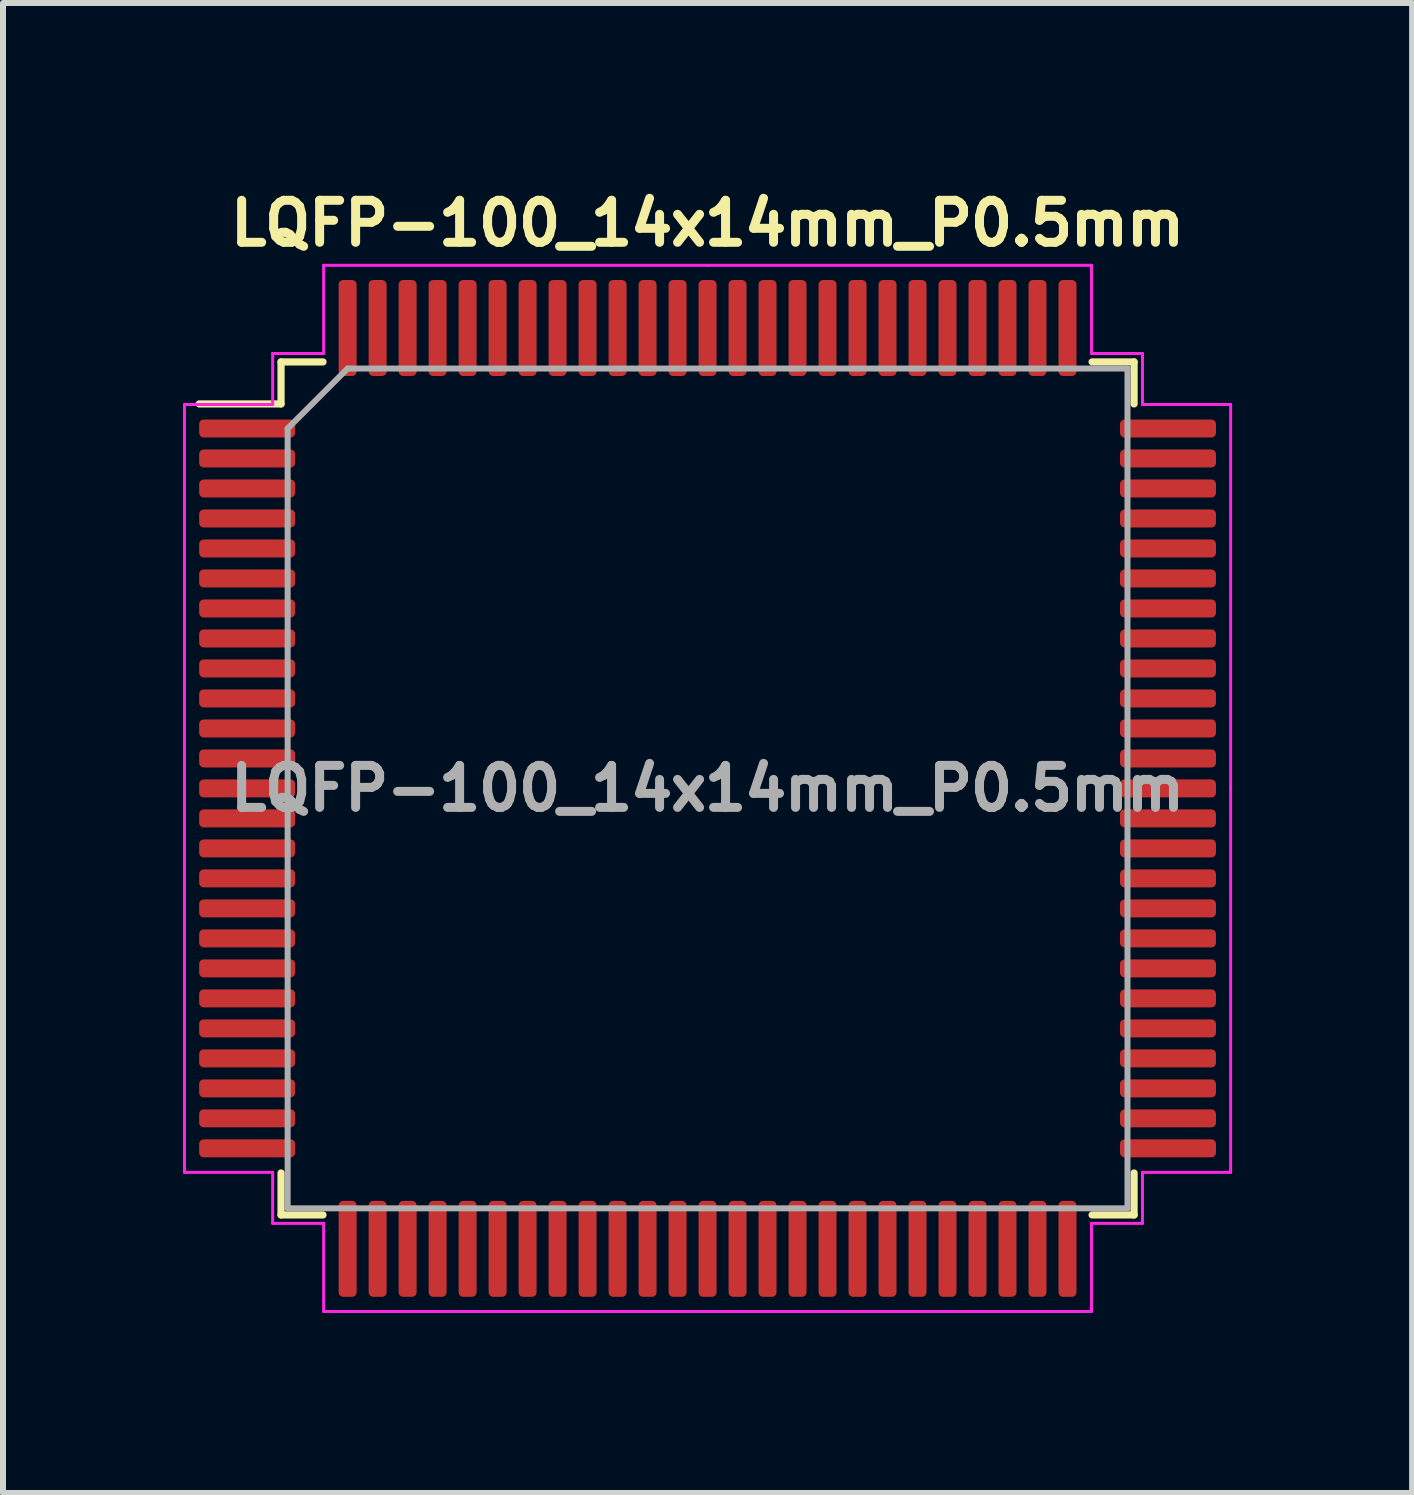
<source format=kicad_pcb>
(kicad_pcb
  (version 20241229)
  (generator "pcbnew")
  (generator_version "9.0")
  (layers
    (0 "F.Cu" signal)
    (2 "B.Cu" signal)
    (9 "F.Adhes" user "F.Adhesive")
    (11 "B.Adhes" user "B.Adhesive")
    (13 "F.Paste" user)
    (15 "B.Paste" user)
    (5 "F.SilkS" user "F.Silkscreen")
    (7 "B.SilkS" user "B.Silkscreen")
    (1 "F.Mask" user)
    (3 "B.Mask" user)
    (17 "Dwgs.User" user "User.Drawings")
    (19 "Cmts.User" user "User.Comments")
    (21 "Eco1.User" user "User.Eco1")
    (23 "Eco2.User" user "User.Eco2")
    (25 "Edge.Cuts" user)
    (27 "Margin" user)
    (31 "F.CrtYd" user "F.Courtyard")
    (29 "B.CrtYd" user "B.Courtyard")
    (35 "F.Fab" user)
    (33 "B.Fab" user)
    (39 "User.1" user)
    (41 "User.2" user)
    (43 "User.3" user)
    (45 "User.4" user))
  (footprint "LQFP-100_14x14mm_P0.5mm"
    (layer "F.Cu")
    (at 8.745 10.093)
    (property "Reference" "LQFP-100_14x14mm_P0.5mm" (at 0 -9.42 0) (layer "F.SilkS") (effects (font (size 0.7 0.7) (thickness 0.15))))
    (attr smd)
    (fp_line (start -7.11 -7.11) (end -7.11 -6.41) (stroke (width 0.12) (type solid)) (layer "F.SilkS"))
    (fp_line (start -7.11 -6.41) (end -8.475 -6.41) (stroke (width 0.12) (type solid)) (layer "F.SilkS"))
    (fp_line (start -7.11 7.11) (end -7.11 6.41) (stroke (width 0.12) (type solid)) (layer "F.SilkS"))
    (fp_line (start -6.41 -7.11) (end -7.11 -7.11) (stroke (width 0.12) (type solid)) (layer "F.SilkS"))
    (fp_line (start -6.41 7.11) (end -7.11 7.11) (stroke (width 0.12) (type solid)) (layer "F.SilkS"))
    (fp_line (start 6.41 -7.11) (end 7.11 -7.11) (stroke (width 0.12) (type solid)) (layer "F.SilkS"))
    (fp_line (start 6.41 7.11) (end 7.11 7.11) (stroke (width 0.12) (type solid)) (layer "F.SilkS"))
    (fp_line (start 7.11 -7.11) (end 7.11 -6.41) (stroke (width 0.12) (type solid)) (layer "F.SilkS"))
    (fp_line (start 7.11 7.11) (end 7.11 6.41) (stroke (width 0.12) (type solid)) (layer "F.SilkS"))
    (fp_line (start -8.72 -6.4) (end -8.72 0) (stroke (width 0.05) (type solid)) (layer "F.CrtYd"))
    (fp_line (start -8.72 6.4) (end -8.72 0) (stroke (width 0.05) (type solid)) (layer "F.CrtYd"))
    (fp_line (start -7.25 -7.25) (end -7.25 -6.4) (stroke (width 0.05) (type solid)) (layer "F.CrtYd"))
    (fp_line (start -7.25 -6.4) (end -8.72 -6.4) (stroke (width 0.05) (type solid)) (layer "F.CrtYd"))
    (fp_line (start -7.25 6.4) (end -8.72 6.4) (stroke (width 0.05) (type solid)) (layer "F.CrtYd"))
    (fp_line (start -7.25 7.25) (end -7.25 6.4) (stroke (width 0.05) (type solid)) (layer "F.CrtYd"))
    (fp_line (start -6.4 -8.72) (end -6.4 -7.25) (stroke (width 0.05) (type solid)) (layer "F.CrtYd"))
    (fp_line (start -6.4 -7.25) (end -7.25 -7.25) (stroke (width 0.05) (type solid)) (layer "F.CrtYd"))
    (fp_line (start -6.4 7.25) (end -7.25 7.25) (stroke (width 0.05) (type solid)) (layer "F.CrtYd"))
    (fp_line (start -6.4 8.72) (end -6.4 7.25) (stroke (width 0.05) (type solid)) (layer "F.CrtYd"))
    (fp_line (start 0 -8.72) (end -6.4 -8.72) (stroke (width 0.05) (type solid)) (layer "F.CrtYd"))
    (fp_line (start 0 -8.72) (end 6.4 -8.72) (stroke (width 0.05) (type solid)) (layer "F.CrtYd"))
    (fp_line (start 0 8.72) (end -6.4 8.72) (stroke (width 0.05) (type solid)) (layer "F.CrtYd"))
    (fp_line (start 0 8.72) (end 6.4 8.72) (stroke (width 0.05) (type solid)) (layer "F.CrtYd"))
    (fp_line (start 6.4 -8.72) (end 6.4 -7.25) (stroke (width 0.05) (type solid)) (layer "F.CrtYd"))
    (fp_line (start 6.4 -7.25) (end 7.25 -7.25) (stroke (width 0.05) (type solid)) (layer "F.CrtYd"))
    (fp_line (start 6.4 7.25) (end 7.25 7.25) (stroke (width 0.05) (type solid)) (layer "F.CrtYd"))
    (fp_line (start 6.4 8.72) (end 6.4 7.25) (stroke (width 0.05) (type solid)) (layer "F.CrtYd"))
    (fp_line (start 7.25 -7.25) (end 7.25 -6.4) (stroke (width 0.05) (type solid)) (layer "F.CrtYd"))
    (fp_line (start 7.25 -6.4) (end 8.72 -6.4) (stroke (width 0.05) (type solid)) (layer "F.CrtYd"))
    (fp_line (start 7.25 6.4) (end 8.72 6.4) (stroke (width 0.05) (type solid)) (layer "F.CrtYd"))
    (fp_line (start 7.25 7.25) (end 7.25 6.4) (stroke (width 0.05) (type solid)) (layer "F.CrtYd"))
    (fp_line (start 8.72 -6.4) (end 8.72 0) (stroke (width 0.05) (type solid)) (layer "F.CrtYd"))
    (fp_line (start 8.72 6.4) (end 8.72 0) (stroke (width 0.05) (type solid)) (layer "F.CrtYd"))
    (fp_line (start -7 -6) (end -6 -7) (stroke (width 0.1) (type solid)) (layer "F.Fab"))
    (fp_line (start -7 7) (end -7 -6) (stroke (width 0.1) (type solid)) (layer "F.Fab"))
    (fp_line (start -6 -7) (end 7 -7) (stroke (width 0.1) (type solid)) (layer "F.Fab"))
    (fp_line (start 7 -7) (end 7 7) (stroke (width 0.1) (type solid)) (layer "F.Fab"))
    (fp_line (start 7 7) (end -7 7) (stroke (width 0.1) (type solid)) (layer "F.Fab"))
    (fp_text user "${REFERENCE}" (at 0 0 0) (layer "F.Fab") (effects (font (size 0.7 0.7) (thickness 0.15))))
    (pad "1" smd roundrect (at -7.675 -6) (size 1.6 0.3) (layers "F.Cu" "F.Mask" "F.Paste") (roundrect_rratio 0.25))
    (pad "2" smd roundrect (at -7.675 -5.5) (size 1.6 0.3) (layers "F.Cu" "F.Mask" "F.Paste") (roundrect_rratio 0.25))
    (pad "3" smd roundrect (at -7.675 -5) (size 1.6 0.3) (layers "F.Cu" "F.Mask" "F.Paste") (roundrect_rratio 0.25))
    (pad "4" smd roundrect (at -7.675 -4.5) (size 1.6 0.3) (layers "F.Cu" "F.Mask" "F.Paste") (roundrect_rratio 0.25))
    (pad "5" smd roundrect (at -7.675 -4) (size 1.6 0.3) (layers "F.Cu" "F.Mask" "F.Paste") (roundrect_rratio 0.25))
    (pad "6" smd roundrect (at -7.675 -3.5) (size 1.6 0.3) (layers "F.Cu" "F.Mask" "F.Paste") (roundrect_rratio 0.25))
    (pad "7" smd roundrect (at -7.675 -3) (size 1.6 0.3) (layers "F.Cu" "F.Mask" "F.Paste") (roundrect_rratio 0.25))
    (pad "8" smd roundrect (at -7.675 -2.5) (size 1.6 0.3) (layers "F.Cu" "F.Mask" "F.Paste") (roundrect_rratio 0.25))
    (pad "9" smd roundrect (at -7.675 -2) (size 1.6 0.3) (layers "F.Cu" "F.Mask" "F.Paste") (roundrect_rratio 0.25))
    (pad "10" smd roundrect (at -7.675 -1.5) (size 1.6 0.3) (layers "F.Cu" "F.Mask" "F.Paste") (roundrect_rratio 0.25))
    (pad "11" smd roundrect (at -7.675 -1) (size 1.6 0.3) (layers "F.Cu" "F.Mask" "F.Paste") (roundrect_rratio 0.25))
    (pad "12" smd roundrect (at -7.675 -0.5) (size 1.6 0.3) (layers "F.Cu" "F.Mask" "F.Paste") (roundrect_rratio 0.25))
    (pad "13" smd roundrect (at -7.675 0) (size 1.6 0.3) (layers "F.Cu" "F.Mask" "F.Paste") (roundrect_rratio 0.25))
    (pad "14" smd roundrect (at -7.675 0.5) (size 1.6 0.3) (layers "F.Cu" "F.Mask" "F.Paste") (roundrect_rratio 0.25))
    (pad "15" smd roundrect (at -7.675 1) (size 1.6 0.3) (layers "F.Cu" "F.Mask" "F.Paste") (roundrect_rratio 0.25))
    (pad "16" smd roundrect (at -7.675 1.5) (size 1.6 0.3) (layers "F.Cu" "F.Mask" "F.Paste") (roundrect_rratio 0.25))
    (pad "17" smd roundrect (at -7.675 2) (size 1.6 0.3) (layers "F.Cu" "F.Mask" "F.Paste") (roundrect_rratio 0.25))
    (pad "18" smd roundrect (at -7.675 2.5) (size 1.6 0.3) (layers "F.Cu" "F.Mask" "F.Paste") (roundrect_rratio 0.25))
    (pad "19" smd roundrect (at -7.675 3) (size 1.6 0.3) (layers "F.Cu" "F.Mask" "F.Paste") (roundrect_rratio 0.25))
    (pad "20" smd roundrect (at -7.675 3.5) (size 1.6 0.3) (layers "F.Cu" "F.Mask" "F.Paste") (roundrect_rratio 0.25))
    (pad "21" smd roundrect (at -7.675 4) (size 1.6 0.3) (layers "F.Cu" "F.Mask" "F.Paste") (roundrect_rratio 0.25))
    (pad "22" smd roundrect (at -7.675 4.5) (size 1.6 0.3) (layers "F.Cu" "F.Mask" "F.Paste") (roundrect_rratio 0.25))
    (pad "23" smd roundrect (at -7.675 5) (size 1.6 0.3) (layers "F.Cu" "F.Mask" "F.Paste") (roundrect_rratio 0.25))
    (pad "24" smd roundrect (at -7.675 5.5) (size 1.6 0.3) (layers "F.Cu" "F.Mask" "F.Paste") (roundrect_rratio 0.25))
    (pad "25" smd roundrect (at -7.675 6) (size 1.6 0.3) (layers "F.Cu" "F.Mask" "F.Paste") (roundrect_rratio 0.25))
    (pad "26" smd roundrect (at -6 7.675) (size 0.3 1.6) (layers "F.Cu" "F.Mask" "F.Paste") (roundrect_rratio 0.25))
    (pad "27" smd roundrect (at -5.5 7.675) (size 0.3 1.6) (layers "F.Cu" "F.Mask" "F.Paste") (roundrect_rratio 0.25))
    (pad "28" smd roundrect (at -5 7.675) (size 0.3 1.6) (layers "F.Cu" "F.Mask" "F.Paste") (roundrect_rratio 0.25))
    (pad "29" smd roundrect (at -4.5 7.675) (size 0.3 1.6) (layers "F.Cu" "F.Mask" "F.Paste") (roundrect_rratio 0.25))
    (pad "30" smd roundrect (at -4 7.675) (size 0.3 1.6) (layers "F.Cu" "F.Mask" "F.Paste") (roundrect_rratio 0.25))
    (pad "31" smd roundrect (at -3.5 7.675) (size 0.3 1.6) (layers "F.Cu" "F.Mask" "F.Paste") (roundrect_rratio 0.25))
    (pad "32" smd roundrect (at -3 7.675) (size 0.3 1.6) (layers "F.Cu" "F.Mask" "F.Paste") (roundrect_rratio 0.25))
    (pad "33" smd roundrect (at -2.5 7.675) (size 0.3 1.6) (layers "F.Cu" "F.Mask" "F.Paste") (roundrect_rratio 0.25))
    (pad "34" smd roundrect (at -2 7.675) (size 0.3 1.6) (layers "F.Cu" "F.Mask" "F.Paste") (roundrect_rratio 0.25))
    (pad "35" smd roundrect (at -1.5 7.675) (size 0.3 1.6) (layers "F.Cu" "F.Mask" "F.Paste") (roundrect_rratio 0.25))
    (pad "36" smd roundrect (at -1 7.675) (size 0.3 1.6) (layers "F.Cu" "F.Mask" "F.Paste") (roundrect_rratio 0.25))
    (pad "37" smd roundrect (at -0.5 7.675) (size 0.3 1.6) (layers "F.Cu" "F.Mask" "F.Paste") (roundrect_rratio 0.25))
    (pad "38" smd roundrect (at 0 7.675) (size 0.3 1.6) (layers "F.Cu" "F.Mask" "F.Paste") (roundrect_rratio 0.25))
    (pad "39" smd roundrect (at 0.5 7.675) (size 0.3 1.6) (layers "F.Cu" "F.Mask" "F.Paste") (roundrect_rratio 0.25))
    (pad "40" smd roundrect (at 1 7.675) (size 0.3 1.6) (layers "F.Cu" "F.Mask" "F.Paste") (roundrect_rratio 0.25))
    (pad "41" smd roundrect (at 1.5 7.675) (size 0.3 1.6) (layers "F.Cu" "F.Mask" "F.Paste") (roundrect_rratio 0.25))
    (pad "42" smd roundrect (at 2 7.675) (size 0.3 1.6) (layers "F.Cu" "F.Mask" "F.Paste") (roundrect_rratio 0.25))
    (pad "43" smd roundrect (at 2.5 7.675) (size 0.3 1.6) (layers "F.Cu" "F.Mask" "F.Paste") (roundrect_rratio 0.25))
    (pad "44" smd roundrect (at 3 7.675) (size 0.3 1.6) (layers "F.Cu" "F.Mask" "F.Paste") (roundrect_rratio 0.25))
    (pad "45" smd roundrect (at 3.5 7.675) (size 0.3 1.6) (layers "F.Cu" "F.Mask" "F.Paste") (roundrect_rratio 0.25))
    (pad "46" smd roundrect (at 4 7.675) (size 0.3 1.6) (layers "F.Cu" "F.Mask" "F.Paste") (roundrect_rratio 0.25))
    (pad "47" smd roundrect (at 4.5 7.675) (size 0.3 1.6) (layers "F.Cu" "F.Mask" "F.Paste") (roundrect_rratio 0.25))
    (pad "48" smd roundrect (at 5 7.675) (size 0.3 1.6) (layers "F.Cu" "F.Mask" "F.Paste") (roundrect_rratio 0.25))
    (pad "49" smd roundrect (at 5.5 7.675) (size 0.3 1.6) (layers "F.Cu" "F.Mask" "F.Paste") (roundrect_rratio 0.25))
    (pad "50" smd roundrect (at 6 7.675) (size 0.3 1.6) (layers "F.Cu" "F.Mask" "F.Paste") (roundrect_rratio 0.25))
    (pad "51" smd roundrect (at 7.675 6) (size 1.6 0.3) (layers "F.Cu" "F.Mask" "F.Paste") (roundrect_rratio 0.25))
    (pad "52" smd roundrect (at 7.675 5.5) (size 1.6 0.3) (layers "F.Cu" "F.Mask" "F.Paste") (roundrect_rratio 0.25))
    (pad "53" smd roundrect (at 7.675 5) (size 1.6 0.3) (layers "F.Cu" "F.Mask" "F.Paste") (roundrect_rratio 0.25))
    (pad "54" smd roundrect (at 7.675 4.5) (size 1.6 0.3) (layers "F.Cu" "F.Mask" "F.Paste") (roundrect_rratio 0.25))
    (pad "55" smd roundrect (at 7.675 4) (size 1.6 0.3) (layers "F.Cu" "F.Mask" "F.Paste") (roundrect_rratio 0.25))
    (pad "56" smd roundrect (at 7.675 3.5) (size 1.6 0.3) (layers "F.Cu" "F.Mask" "F.Paste") (roundrect_rratio 0.25))
    (pad "57" smd roundrect (at 7.675 3) (size 1.6 0.3) (layers "F.Cu" "F.Mask" "F.Paste") (roundrect_rratio 0.25))
    (pad "58" smd roundrect (at 7.675 2.5) (size 1.6 0.3) (layers "F.Cu" "F.Mask" "F.Paste") (roundrect_rratio 0.25))
    (pad "59" smd roundrect (at 7.675 2) (size 1.6 0.3) (layers "F.Cu" "F.Mask" "F.Paste") (roundrect_rratio 0.25))
    (pad "60" smd roundrect (at 7.675 1.5) (size 1.6 0.3) (layers "F.Cu" "F.Mask" "F.Paste") (roundrect_rratio 0.25))
    (pad "61" smd roundrect (at 7.675 1) (size 1.6 0.3) (layers "F.Cu" "F.Mask" "F.Paste") (roundrect_rratio 0.25))
    (pad "62" smd roundrect (at 7.675 0.5) (size 1.6 0.3) (layers "F.Cu" "F.Mask" "F.Paste") (roundrect_rratio 0.25))
    (pad "63" smd roundrect (at 7.675 0) (size 1.6 0.3) (layers "F.Cu" "F.Mask" "F.Paste") (roundrect_rratio 0.25))
    (pad "64" smd roundrect (at 7.675 -0.5) (size 1.6 0.3) (layers "F.Cu" "F.Mask" "F.Paste") (roundrect_rratio 0.25))
    (pad "65" smd roundrect (at 7.675 -1) (size 1.6 0.3) (layers "F.Cu" "F.Mask" "F.Paste") (roundrect_rratio 0.25))
    (pad "66" smd roundrect (at 7.675 -1.5) (size 1.6 0.3) (layers "F.Cu" "F.Mask" "F.Paste") (roundrect_rratio 0.25))
    (pad "67" smd roundrect (at 7.675 -2) (size 1.6 0.3) (layers "F.Cu" "F.Mask" "F.Paste") (roundrect_rratio 0.25))
    (pad "68" smd roundrect (at 7.675 -2.5) (size 1.6 0.3) (layers "F.Cu" "F.Mask" "F.Paste") (roundrect_rratio 0.25))
    (pad "69" smd roundrect (at 7.675 -3) (size 1.6 0.3) (layers "F.Cu" "F.Mask" "F.Paste") (roundrect_rratio 0.25))
    (pad "70" smd roundrect (at 7.675 -3.5) (size 1.6 0.3) (layers "F.Cu" "F.Mask" "F.Paste") (roundrect_rratio 0.25))
    (pad "71" smd roundrect (at 7.675 -4) (size 1.6 0.3) (layers "F.Cu" "F.Mask" "F.Paste") (roundrect_rratio 0.25))
    (pad "72" smd roundrect (at 7.675 -4.5) (size 1.6 0.3) (layers "F.Cu" "F.Mask" "F.Paste") (roundrect_rratio 0.25))
    (pad "73" smd roundrect (at 7.675 -5) (size 1.6 0.3) (layers "F.Cu" "F.Mask" "F.Paste") (roundrect_rratio 0.25))
    (pad "74" smd roundrect (at 7.675 -5.5) (size 1.6 0.3) (layers "F.Cu" "F.Mask" "F.Paste") (roundrect_rratio 0.25))
    (pad "75" smd roundrect (at 7.675 -6) (size 1.6 0.3) (layers "F.Cu" "F.Mask" "F.Paste") (roundrect_rratio 0.25))
    (pad "76" smd roundrect (at 6 -7.675) (size 0.3 1.6) (layers "F.Cu" "F.Mask" "F.Paste") (roundrect_rratio 0.25))
    (pad "77" smd roundrect (at 5.5 -7.675) (size 0.3 1.6) (layers "F.Cu" "F.Mask" "F.Paste") (roundrect_rratio 0.25))
    (pad "78" smd roundrect (at 5 -7.675) (size 0.3 1.6) (layers "F.Cu" "F.Mask" "F.Paste") (roundrect_rratio 0.25))
    (pad "79" smd roundrect (at 4.5 -7.675) (size 0.3 1.6) (layers "F.Cu" "F.Mask" "F.Paste") (roundrect_rratio 0.25))
    (pad "80" smd roundrect (at 4 -7.675) (size 0.3 1.6) (layers "F.Cu" "F.Mask" "F.Paste") (roundrect_rratio 0.25))
    (pad "81" smd roundrect (at 3.5 -7.675) (size 0.3 1.6) (layers "F.Cu" "F.Mask" "F.Paste") (roundrect_rratio 0.25))
    (pad "82" smd roundrect (at 3 -7.675) (size 0.3 1.6) (layers "F.Cu" "F.Mask" "F.Paste") (roundrect_rratio 0.25))
    (pad "83" smd roundrect (at 2.5 -7.675) (size 0.3 1.6) (layers "F.Cu" "F.Mask" "F.Paste") (roundrect_rratio 0.25))
    (pad "84" smd roundrect (at 2 -7.675) (size 0.3 1.6) (layers "F.Cu" "F.Mask" "F.Paste") (roundrect_rratio 0.25))
    (pad "85" smd roundrect (at 1.5 -7.675) (size 0.3 1.6) (layers "F.Cu" "F.Mask" "F.Paste") (roundrect_rratio 0.25))
    (pad "86" smd roundrect (at 1 -7.675) (size 0.3 1.6) (layers "F.Cu" "F.Mask" "F.Paste") (roundrect_rratio 0.25))
    (pad "87" smd roundrect (at 0.5 -7.675) (size 0.3 1.6) (layers "F.Cu" "F.Mask" "F.Paste") (roundrect_rratio 0.25))
    (pad "88" smd roundrect (at 0 -7.675) (size 0.3 1.6) (layers "F.Cu" "F.Mask" "F.Paste") (roundrect_rratio 0.25))
    (pad "89" smd roundrect (at -0.5 -7.675) (size 0.3 1.6) (layers "F.Cu" "F.Mask" "F.Paste") (roundrect_rratio 0.25))
    (pad "90" smd roundrect (at -1 -7.675) (size 0.3 1.6) (layers "F.Cu" "F.Mask" "F.Paste") (roundrect_rratio 0.25))
    (pad "91" smd roundrect (at -1.5 -7.675) (size 0.3 1.6) (layers "F.Cu" "F.Mask" "F.Paste") (roundrect_rratio 0.25))
    (pad "92" smd roundrect (at -2 -7.675) (size 0.3 1.6) (layers "F.Cu" "F.Mask" "F.Paste") (roundrect_rratio 0.25))
    (pad "93" smd roundrect (at -2.5 -7.675) (size 0.3 1.6) (layers "F.Cu" "F.Mask" "F.Paste") (roundrect_rratio 0.25))
    (pad "94" smd roundrect (at -3 -7.675) (size 0.3 1.6) (layers "F.Cu" "F.Mask" "F.Paste") (roundrect_rratio 0.25))
    (pad "95" smd roundrect (at -3.5 -7.675) (size 0.3 1.6) (layers "F.Cu" "F.Mask" "F.Paste") (roundrect_rratio 0.25))
    (pad "96" smd roundrect (at -4 -7.675) (size 0.3 1.6) (layers "F.Cu" "F.Mask" "F.Paste") (roundrect_rratio 0.25))
    (pad "97" smd roundrect (at -4.5 -7.675) (size 0.3 1.6) (layers "F.Cu" "F.Mask" "F.Paste") (roundrect_rratio 0.25))
    (pad "98" smd roundrect (at -5 -7.675) (size 0.3 1.6) (layers "F.Cu" "F.Mask" "F.Paste") (roundrect_rratio 0.25))
    (pad "99" smd roundrect (at -5.5 -7.675) (size 0.3 1.6) (layers "F.Cu" "F.Mask" "F.Paste") (roundrect_rratio 0.25))
    (pad "100" smd roundrect (at -6 -7.675) (size 0.3 1.6) (layers "F.Cu" "F.Mask" "F.Paste") (roundrect_rratio 0.25)))
  (gr_rect
    (start -3 -3)
    (end 20.49 21.838)
    (stroke (width 0.1) (type default))
    (fill no)
    (layer "Edge.Cuts")))
</source>
